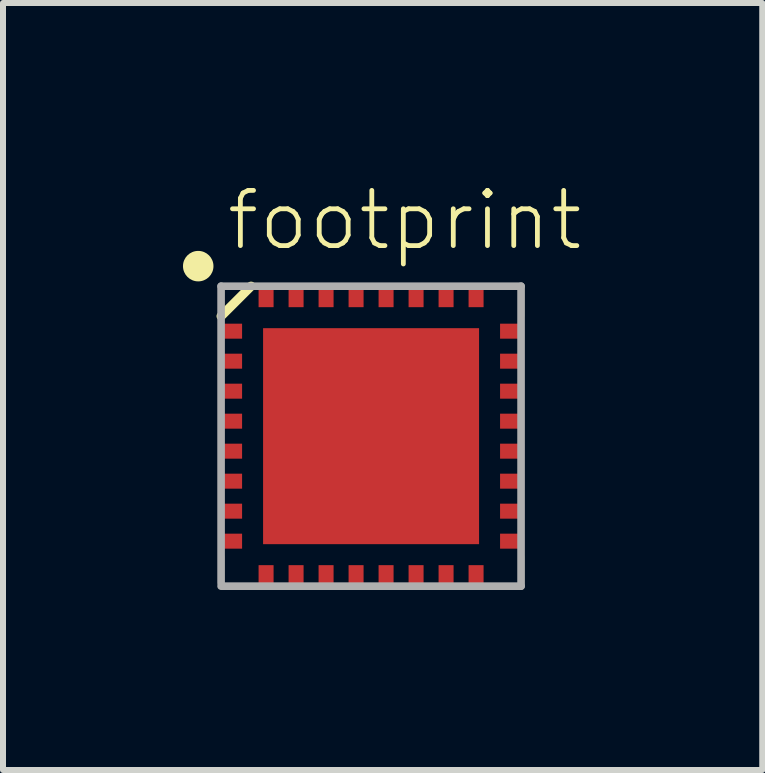
<source format=kicad_pcb>
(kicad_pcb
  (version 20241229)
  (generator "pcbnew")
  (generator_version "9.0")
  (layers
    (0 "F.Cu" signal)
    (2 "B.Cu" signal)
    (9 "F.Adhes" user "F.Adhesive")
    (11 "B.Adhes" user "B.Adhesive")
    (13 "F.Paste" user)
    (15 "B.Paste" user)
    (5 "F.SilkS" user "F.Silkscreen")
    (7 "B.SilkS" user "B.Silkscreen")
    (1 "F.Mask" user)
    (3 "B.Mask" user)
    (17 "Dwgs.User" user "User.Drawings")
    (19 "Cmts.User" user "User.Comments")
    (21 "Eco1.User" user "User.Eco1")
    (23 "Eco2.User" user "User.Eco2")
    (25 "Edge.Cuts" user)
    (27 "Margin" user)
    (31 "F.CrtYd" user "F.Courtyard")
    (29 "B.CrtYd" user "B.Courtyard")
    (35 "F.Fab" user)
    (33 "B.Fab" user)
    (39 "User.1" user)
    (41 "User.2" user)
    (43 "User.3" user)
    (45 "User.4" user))
  (footprint "footprint"
    (layer "F.Cu")
    (at 3.175 4.18)
    (property "Reference" "footprint" (at -2.49 -3.02 0) (layer "F.SilkS") (effects (font (size 0.92 0.92) (thickness 0.08)) (justify left bottom)))
    (fp_line (start -2.54 -2.46) (end -2.54 -1.96) (stroke (width 0.102) (type solid)) (layer "F.SilkS"))
    (fp_line (start -2.54 -1.96) (end -2.04 -2.46) (stroke (width 0.152) (type solid)) (layer "F.SilkS"))
    (fp_line (start -2.54 2.04) (end -2.54 2.54) (stroke (width 0.102) (type solid)) (layer "F.SilkS"))
    (fp_line (start -2.54 2.54) (end -2.04 2.54) (stroke (width 0.102) (type solid)) (layer "F.SilkS"))
    (fp_line (start -2.04 -2.46) (end -2.54 -2.46) (stroke (width 0.102) (type solid)) (layer "F.SilkS"))
    (fp_line (start 1.96 2.54) (end 2.46 2.54) (stroke (width 0.102) (type solid)) (layer "F.SilkS"))
    (fp_line (start 2.46 -2.46) (end 1.96 -2.46) (stroke (width 0.102) (type solid)) (layer "F.SilkS"))
    (fp_line (start 2.46 -1.96) (end 2.46 -2.46) (stroke (width 0.102) (type solid)) (layer "F.SilkS"))
    (fp_line (start 2.46 2.54) (end 2.46 2.04) (stroke (width 0.102) (type solid)) (layer "F.SilkS"))
    (fp_circle (center -2.921 -2.794) (end -2.794 -2.794) (stroke (width 0.254) (type solid)) (fill yes) (layer "F.SilkS"))
    (fp_poly (pts (xy -1.424 1.42) (xy -0.281 1.42) (xy -0.281 0.277) (xy -1.424 0.277)) (stroke (width 0) (type solid)) (fill yes) (layer "F.Paste"))
    (fp_poly (pts (xy -1.414 -0.274) (xy -0.271 -0.274) (xy -0.271 -1.417) (xy -1.414 -1.417)) (stroke (width 0) (type solid)) (fill yes) (layer "F.Paste"))
    (fp_poly (pts (xy 0.194 1.42) (xy 1.337 1.42) (xy 1.337 0.277) (xy 0.194 0.277)) (stroke (width 0) (type solid)) (fill yes) (layer "F.Paste"))
    (fp_poly (pts (xy 0.204 -0.284) (xy 1.347 -0.284) (xy 1.347 -1.427) (xy 0.204 -1.427)) (stroke (width 0) (type solid)) (fill yes) (layer "F.Paste"))
    (fp_line (start -2.54 -2.46) (end -2.54 2.49) (stroke (width 0.127) (type solid)) (layer "F.Fab"))
    (fp_line (start -2.54 2.54) (end 2.46 2.54) (stroke (width 0.127) (type solid)) (layer "F.Fab"))
    (fp_line (start 2.46 -2.46) (end -2.54 -2.46) (stroke (width 0.127) (type solid)) (layer "F.Fab"))
    (fp_line (start 2.46 2.54) (end 2.46 -2.46) (stroke (width 0.127) (type solid)) (layer "F.Fab"))
    (pad "GND" smd rect (at 0.21 -2.31 90) (size 0.4 0.25) (layers "F.Cu" "F.Mask" "F.Paste"))
    (pad "GNDANA" smd rect (at -1.29 2.39 270) (size 0.4 0.25) (layers "F.Cu" "F.Mask" "F.Paste"))
    (pad "PA00" smd rect (at -2.39 -1.71) (size 0.4 0.25) (layers "F.Cu" "F.Mask" "F.Paste"))
    (pad "PA01" smd rect (at -2.39 -1.21) (size 0.4 0.25) (layers "F.Cu" "F.Mask" "F.Paste"))
    (pad "PA02" smd rect (at -2.39 -0.71) (size 0.4 0.25) (layers "F.Cu" "F.Mask" "F.Paste"))
    (pad "PA03" smd rect (at -2.39 -0.21) (size 0.4 0.25) (layers "F.Cu" "F.Mask" "F.Paste"))
    (pad "PA04" smd rect (at -2.39 0.29) (size 0.4 0.25) (layers "F.Cu" "F.Mask" "F.Paste"))
    (pad "PA05" smd rect (at -2.39 0.79) (size 0.4 0.25) (layers "F.Cu" "F.Mask" "F.Paste"))
    (pad "PA06" smd rect (at -2.39 1.29) (size 0.4 0.25) (layers "F.Cu" "F.Mask" "F.Paste"))
    (pad "PA07" smd rect (at -2.39 1.79) (size 0.4 0.25) (layers "F.Cu" "F.Mask" "F.Paste"))
    (pad "PA08" smd rect (at -0.79 2.39 270) (size 0.4 0.25) (layers "F.Cu" "F.Mask" "F.Paste"))
    (pad "PA09" smd rect (at -0.29 2.39 270) (size 0.4 0.25) (layers "F.Cu" "F.Mask" "F.Paste"))
    (pad "PA10" smd rect (at 0.21 2.39 270) (size 0.4 0.25) (layers "F.Cu" "F.Mask" "F.Paste"))
    (pad "PA11" smd rect (at 0.71 2.39 270) (size 0.4 0.25) (layers "F.Cu" "F.Mask" "F.Paste"))
    (pad "PA14" smd rect (at 1.21 2.39 270) (size 0.4 0.25) (layers "F.Cu" "F.Mask" "F.Paste"))
    (pad "PA15" smd rect (at 1.71 2.39 270) (size 0.4 0.25) (layers "F.Cu" "F.Mask" "F.Paste"))
    (pad "PA16" smd rect (at 2.31 1.79 180) (size 0.4 0.25) (layers "F.Cu" "F.Mask" "F.Paste"))
    (pad "PA17" smd rect (at 2.31 1.29 180) (size 0.4 0.25) (layers "F.Cu" "F.Mask" "F.Paste"))
    (pad "PA18" smd rect (at 2.31 0.79 180) (size 0.4 0.25) (layers "F.Cu" "F.Mask" "F.Paste"))
    (pad "PA19" smd rect (at 2.31 0.29 180) (size 0.4 0.25) (layers "F.Cu" "F.Mask" "F.Paste"))
    (pad "PA22" smd rect (at 2.31 -0.21 180) (size 0.4 0.25) (layers "F.Cu" "F.Mask" "F.Paste"))
    (pad "PA23" smd rect (at 2.31 -0.71 180) (size 0.4 0.25) (layers "F.Cu" "F.Mask" "F.Paste"))
    (pad "PA24" smd rect (at 2.31 -1.21 180) (size 0.4 0.25) (layers "F.Cu" "F.Mask" "F.Paste"))
    (pad "PA25" smd rect (at 2.31 -1.71 180) (size 0.4 0.25) (layers "F.Cu" "F.Mask" "F.Paste"))
    (pad "PA27" smd rect (at 1.71 -2.31 90) (size 0.4 0.25) (layers "F.Cu" "F.Mask" "F.Paste"))
    (pad "PA28" smd rect (at 0.71 -2.31 90) (size 0.4 0.25) (layers "F.Cu" "F.Mask" "F.Paste"))
    (pad "PA30" smd rect (at -1.29 -2.31 90) (size 0.4 0.25) (layers "F.Cu" "F.Mask" "F.Paste"))
    (pad "PA31" smd rect (at -1.79 -2.31 90) (size 0.4 0.25) (layers "F.Cu" "F.Mask" "F.Paste"))
    (pad "PAD" smd rect (at -0.04 0.04) (size 3.6 3.6) (layers "F.Cu" "F.Mask"))
    (pad "RES" smd rect (at 1.21 -2.31 90) (size 0.4 0.25) (layers "F.Cu" "F.Mask" "F.Paste"))
    (pad "VDD" smd rect (at -1.79 2.39 270) (size 0.4 0.25) (layers "F.Cu" "F.Mask" "F.Paste"))
    (pad "VDDCORE" smd rect (at -0.29 -2.31 90) (size 0.4 0.25) (layers "F.Cu" "F.Mask" "F.Paste"))
    (pad "VDDIN" smd rect (at -0.79 -2.31 90) (size 0.4 0.25) (layers "F.Cu" "F.Mask" "F.Paste")))
  (gr_rect
    (start -3 -3)
    (end 9.655 9.784)
    (stroke (width 0.1) (type default))
    (fill no)
    (layer "Edge.Cuts")))
</source>
